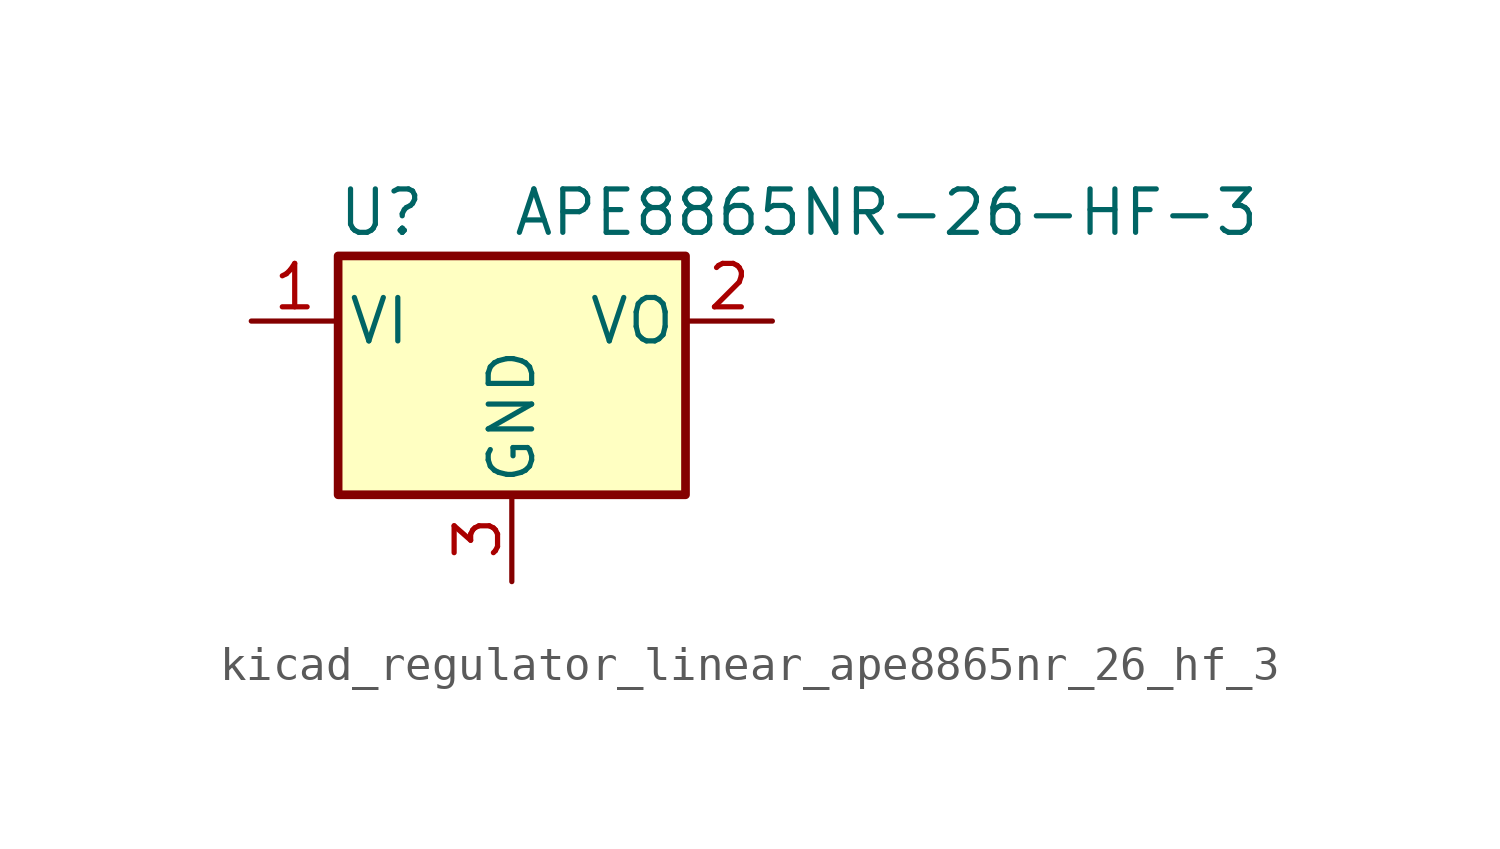
<source format=kicad_sym>
(kicad_symbol_lib
  (version 20220914)
  (generator kicad_symbol_editor)
  (symbol "kicad_regulator_linear_ape8865nr_26_hf_3"
    (pin_names
      (offset 0.254))
    (property "Reference" "U"
      (at -3.81 3.175 0)
      (effects (font (size 1.27 1.27))))
    (property "Value" "APE8865NR-26-HF-3"
      (at 0 3.175 0)
      (effects (font (size 1.27 1.27)) (justify left)))
    (symbol "kicad_regulator_linear_ape8865nr_26_hf_3_0_1"
      (rectangle (start -5.08 1.905) (end 5.08 -5.08) (stroke (width 0.254) (type default)) (fill (type background))))
    (symbol "kicad_regulator_linear_ape8865nr_26_hf_3_1_1"
      (pin power_in line (at -7.62 0 0) (length 2.54) (name "VI" (effects (font (size 1.27 1.27)))) (number "1" (effects (font (size 1.27 1.27)))))
      (pin power_out line (at 7.62 0 180) (length 2.54) (name "VO" (effects (font (size 1.27 1.27)))) (number "2" (effects (font (size 1.27 1.27)))))
      (pin power_in line (at 0 -7.62 90) (length 2.54) (name "GND" (effects (font (size 1.27 1.27)))) (number "3" (effects (font (size 1.27 1.27))))))))
</source>
